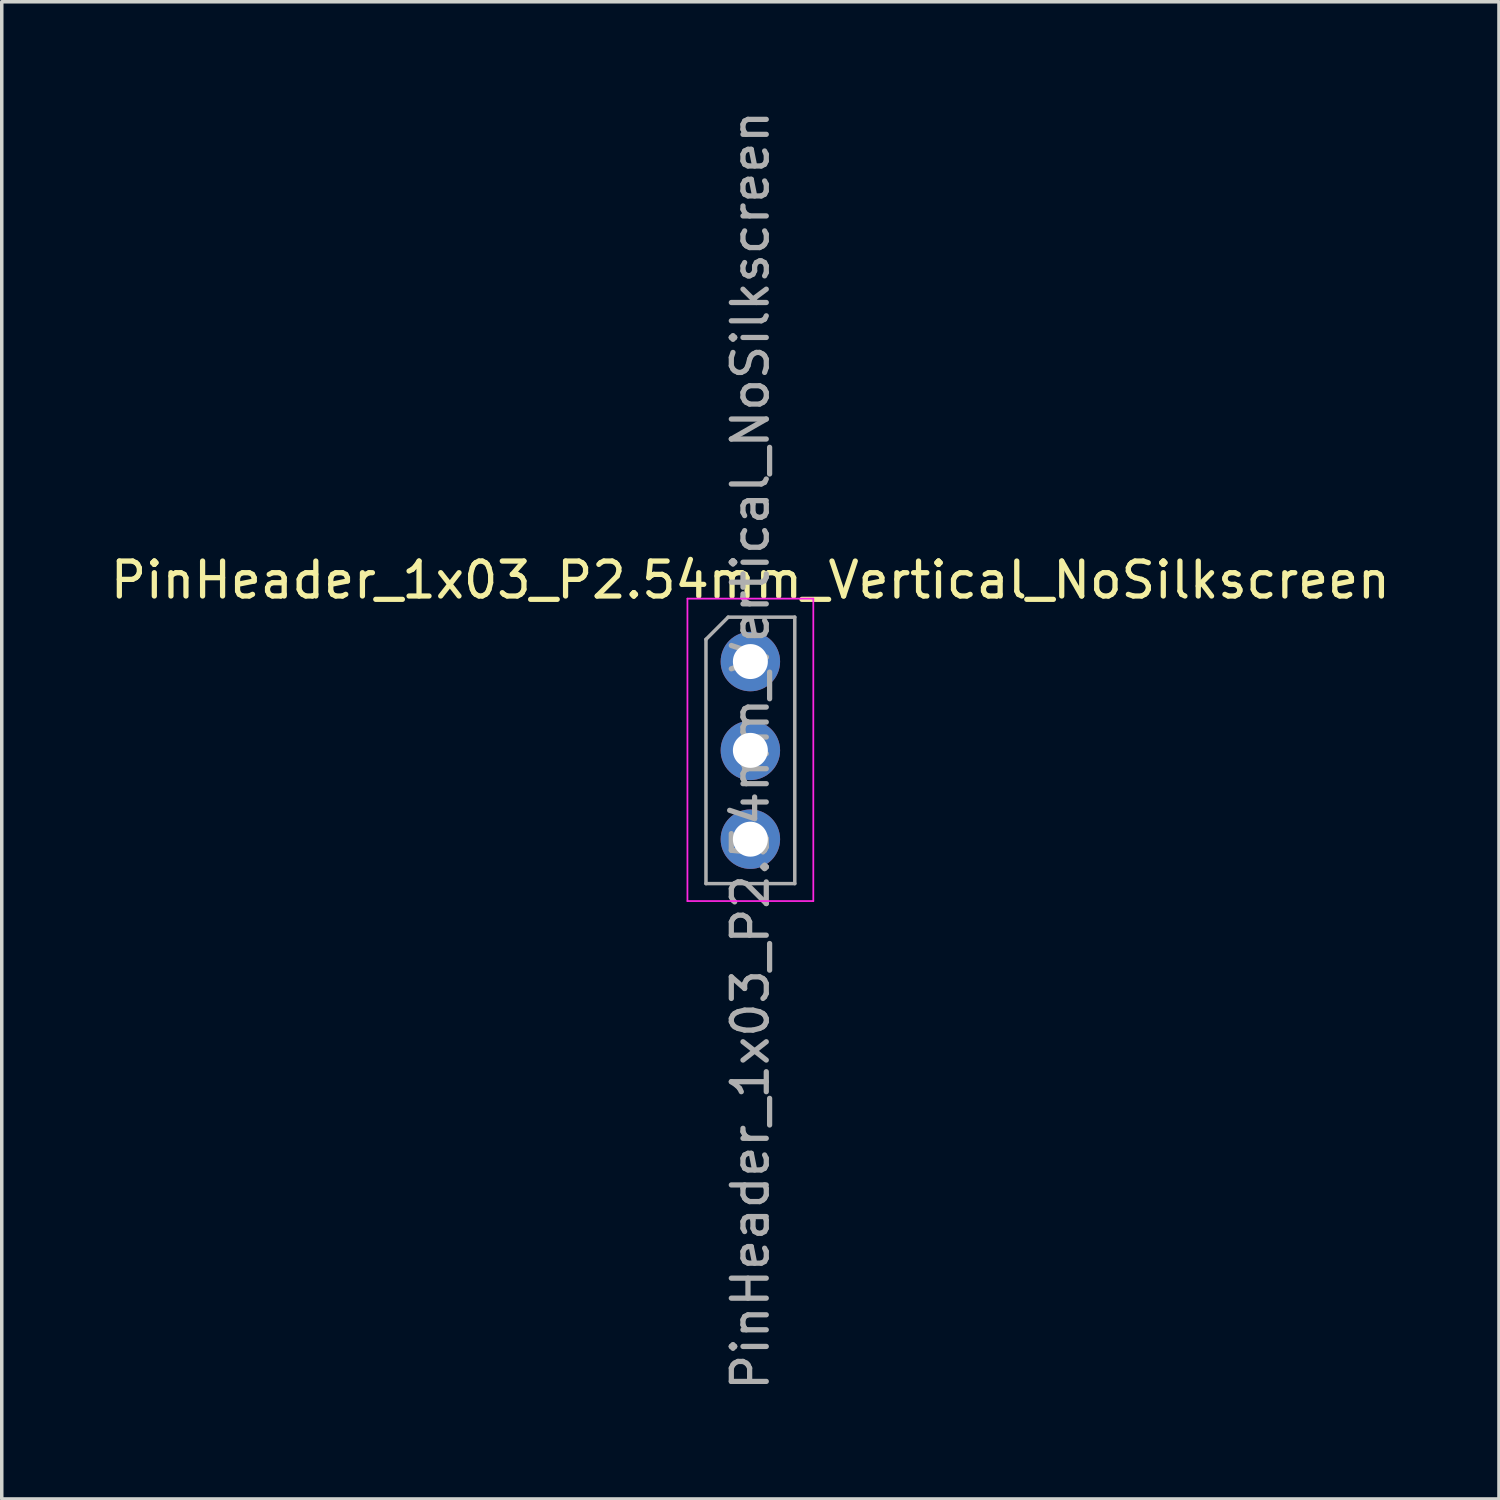
<source format=kicad_pcb>
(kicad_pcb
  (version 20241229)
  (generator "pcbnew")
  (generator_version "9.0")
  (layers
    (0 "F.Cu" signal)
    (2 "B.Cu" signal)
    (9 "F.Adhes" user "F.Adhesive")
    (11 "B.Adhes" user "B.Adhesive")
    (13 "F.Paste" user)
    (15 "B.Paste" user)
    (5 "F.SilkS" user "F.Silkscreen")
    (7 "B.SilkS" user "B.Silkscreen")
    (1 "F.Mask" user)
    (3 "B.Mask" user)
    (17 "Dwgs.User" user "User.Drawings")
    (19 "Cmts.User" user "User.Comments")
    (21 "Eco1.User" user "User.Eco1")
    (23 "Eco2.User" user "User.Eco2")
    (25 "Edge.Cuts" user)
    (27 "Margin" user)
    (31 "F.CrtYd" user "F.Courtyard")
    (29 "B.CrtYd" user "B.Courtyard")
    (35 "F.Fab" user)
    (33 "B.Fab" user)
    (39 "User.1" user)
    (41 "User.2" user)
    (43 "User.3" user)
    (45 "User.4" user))
  (footprint "PinHeader_1x03_P2.54mm_Vertical_NoSilkscreen"
    (layer "F.Cu")
    (at 18.411 15.871)
    (property "Reference" "PinHeader_1x03_P2.54mm_Vertical_NoSilkscreen" (at 0 -2.33 0) (layer "F.SilkS") (effects (font (size 1 1) (thickness 0.15))))
    (attr through_hole)
    (fp_line (start -1.8 -1.8) (end -1.8 6.85) (stroke (width 0.05) (type solid)) (layer "F.CrtYd"))
    (fp_line (start -1.8 6.85) (end 1.8 6.85) (stroke (width 0.05) (type solid)) (layer "F.CrtYd"))
    (fp_line (start 1.8 -1.8) (end -1.8 -1.8) (stroke (width 0.05) (type solid)) (layer "F.CrtYd"))
    (fp_line (start 1.8 6.85) (end 1.8 -1.8) (stroke (width 0.05) (type solid)) (layer "F.CrtYd"))
    (fp_line (start -1.27 -0.635) (end -0.635 -1.27) (stroke (width 0.1) (type solid)) (layer "F.Fab"))
    (fp_line (start -1.27 6.35) (end -1.27 -0.635) (stroke (width 0.1) (type solid)) (layer "F.Fab"))
    (fp_line (start -0.635 -1.27) (end 1.27 -1.27) (stroke (width 0.1) (type solid)) (layer "F.Fab"))
    (fp_line (start 1.27 -1.27) (end 1.27 6.35) (stroke (width 0.1) (type solid)) (layer "F.Fab"))
    (fp_line (start 1.27 6.35) (end -1.27 6.35) (stroke (width 0.1) (type solid)) (layer "F.Fab"))
    (fp_text user "${REFERENCE}" (at 0 2.54 90) (layer "F.Fab") (effects (font (size 1 1) (thickness 0.15))))
    (pad "1" thru_hole circle (at 0 0) (size 1.7 1.7) (drill 1) (layers "*.Cu" "*.Mask"))
    (pad "2" thru_hole oval (at 0 2.54) (size 1.7 1.7) (drill 1) (layers "*.Cu" "*.Mask"))
    (pad "3" thru_hole oval (at 0 5.08) (size 1.7 1.7) (drill 1) (layers "*.Cu" "*.Mask")))
  (gr_rect
    (start -3 -3)
    (end 39.821 39.821)
    (stroke (width 0.1) (type default))
    (fill no)
    (layer "Edge.Cuts")))
</source>
